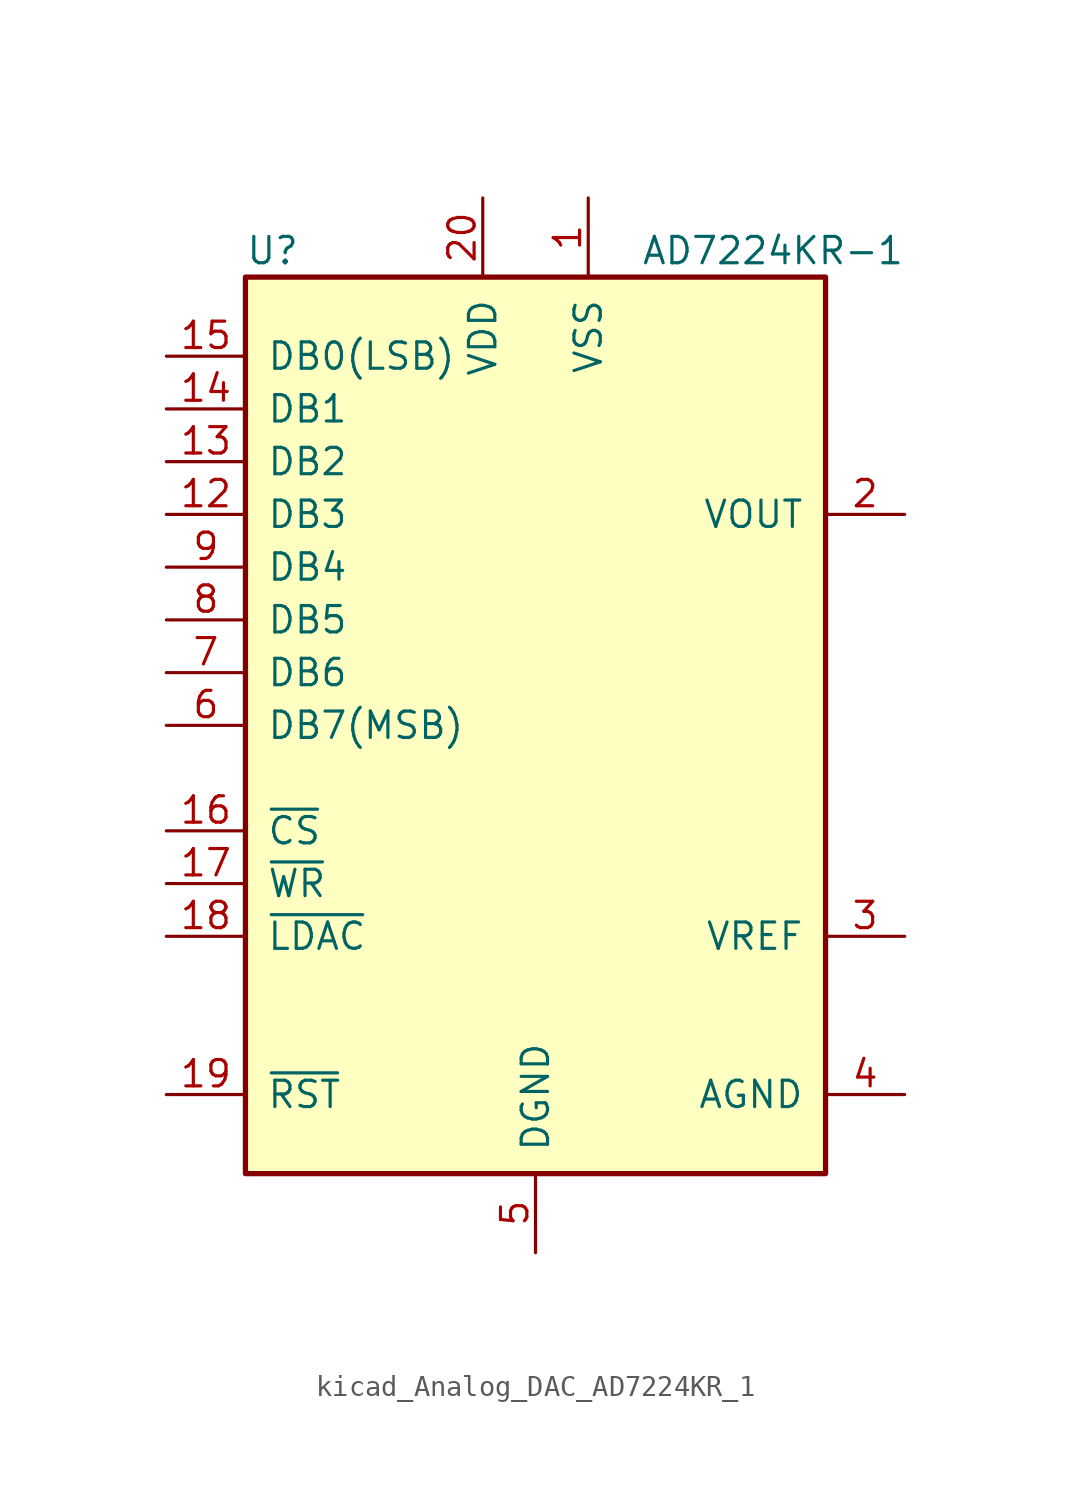
<source format=kicad_sym>
(kicad_symbol_lib
  (version 20220914)
  (generator kicad_symbol_editor)
  (symbol "kicad_Analog_DAC_AD7224KR_1"
    (pin_names
      (offset 1.016))
    (property "Reference" "U"
      (at -13.97 22.86 0)
      (effects (font (size 1.27 1.27)) (justify left)))
    (property "Value" "AD7224KR-1"
      (at 5.08 22.86 0)
      (effects (font (size 1.27 1.27)) (justify left)))
    (symbol "kicad_Analog_DAC_AD7224KR_1_1_1"
      (rectangle (start -13.97 -21.59) (end 13.97 21.59) (stroke (width 0.254) (type default)) (fill (type background)))
      (pin power_in line (at 2.54 25.4 270) (length 3.81) (name "VSS" (effects (font (size 1.27 1.27)))) (number "1" (effects (font (size 1.27 1.27)))))
      (pin input line (at -17.78 10.16 0) (length 3.81) (name "DB3" (effects (font (size 1.27 1.27)))) (number "12" (effects (font (size 1.27 1.27)))))
      (pin input line (at -17.78 12.7 0) (length 3.81) (name "DB2" (effects (font (size 1.27 1.27)))) (number "13" (effects (font (size 1.27 1.27)))))
      (pin input line (at -17.78 15.24 0) (length 3.81) (name "DB1" (effects (font (size 1.27 1.27)))) (number "14" (effects (font (size 1.27 1.27)))))
      (pin input line (at -17.78 17.78 0) (length 3.81) (name "DB0(LSB)" (effects (font (size 1.27 1.27)))) (number "15" (effects (font (size 1.27 1.27)))))
      (pin input line (at -17.78 -5.08 0) (length 3.81) (name "~{CS}" (effects (font (size 1.27 1.27)))) (number "16" (effects (font (size 1.27 1.27)))))
      (pin input line (at -17.78 -7.62 0) (length 3.81) (name "~{WR}" (effects (font (size 1.27 1.27)))) (number "17" (effects (font (size 1.27 1.27)))))
      (pin input line (at -17.78 -10.16 0) (length 3.81) (name "~{LDAC}" (effects (font (size 1.27 1.27)))) (number "18" (effects (font (size 1.27 1.27)))))
      (pin input line (at -17.78 -17.78 0) (length 3.81) (name "~{RST}" (effects (font (size 1.27 1.27)))) (number "19" (effects (font (size 1.27 1.27)))))
      (pin output line (at 17.78 10.16 180) (length 3.81) (name "VOUT" (effects (font (size 1.27 1.27)))) (number "2" (effects (font (size 1.27 1.27)))))
      (pin power_in line (at -2.54 25.4 270) (length 3.81) (name "VDD" (effects (font (size 1.27 1.27)))) (number "20" (effects (font (size 1.27 1.27)))))
      (pin passive line (at 17.78 -10.16 180) (length 3.81) (name "VREF" (effects (font (size 1.27 1.27)))) (number "3" (effects (font (size 1.27 1.27)))))
      (pin passive line (at 17.78 -17.78 180) (length 3.81) (name "AGND" (effects (font (size 1.27 1.27)))) (number "4" (effects (font (size 1.27 1.27)))))
      (pin power_in line (at 0 -25.4 90) (length 3.81) (name "DGND" (effects (font (size 1.27 1.27)))) (number "5" (effects (font (size 1.27 1.27)))))
      (pin input line (at -17.78 0 0) (length 3.81) (name "DB7(MSB)" (effects (font (size 1.27 1.27)))) (number "6" (effects (font (size 1.27 1.27)))))
      (pin input line (at -17.78 2.54 0) (length 3.81) (name "DB6" (effects (font (size 1.27 1.27)))) (number "7" (effects (font (size 1.27 1.27)))))
      (pin input line (at -17.78 5.08 0) (length 3.81) (name "DB5" (effects (font (size 1.27 1.27)))) (number "8" (effects (font (size 1.27 1.27)))))
      (pin input line (at -17.78 7.62 0) (length 3.81) (name "DB4" (effects (font (size 1.27 1.27)))) (number "9" (effects (font (size 1.27 1.27))))))))
</source>
